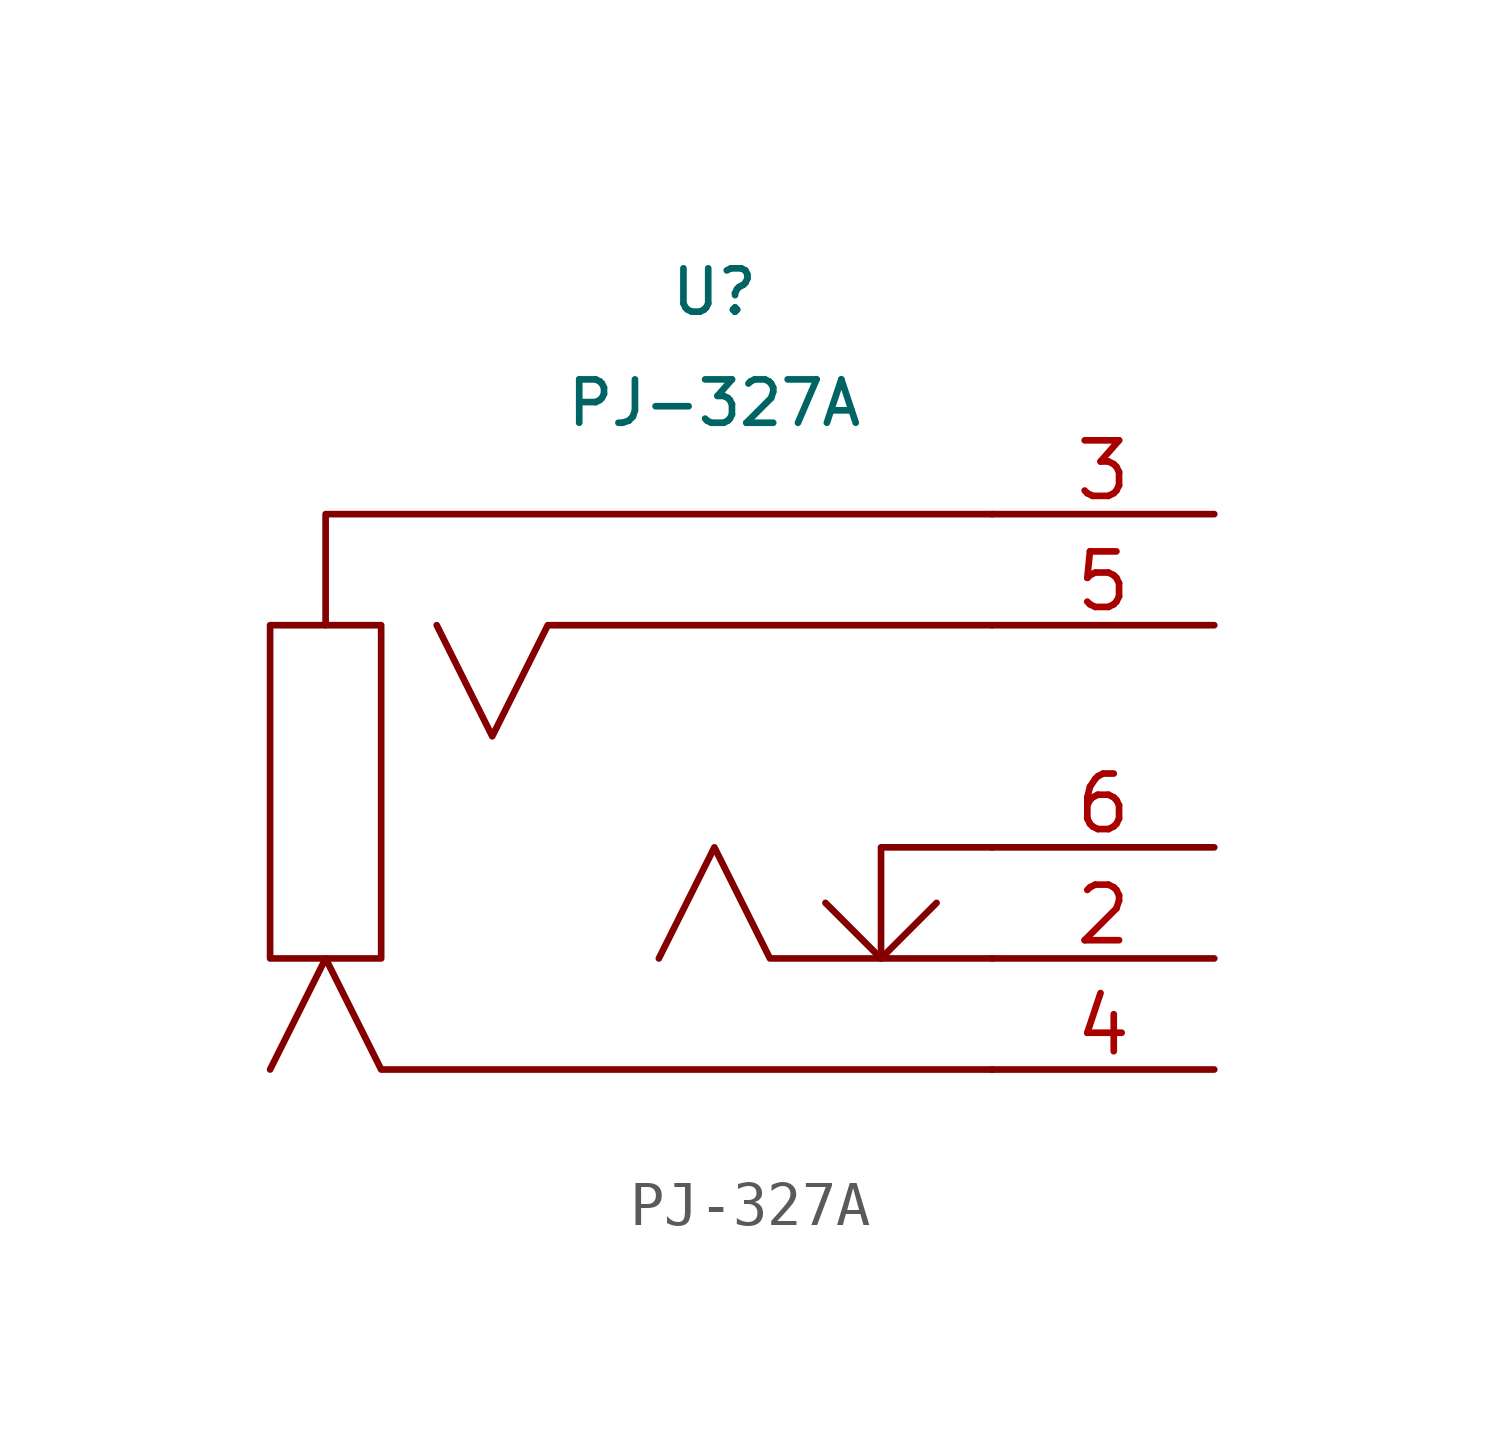
<source format=kicad_sym>
(kicad_symbol_lib
  (version 20211014)
  (generator kicad_symbol_editor)
  (symbol "PJ-327A"
    (pin_names
      (offset 1.016))
    (property "Reference" "U"
      (at -1.27 12.7 0)
      (effects (font (size 0.991 0.991))))
    (property "Value" "PJ-327A"
      (at -1.27 10.16 0)
      (effects (font (size 0.991 0.991))))
    (symbol "PJ-327A_0_1"
      (rectangle (start -8.89 5.08) (end -11.43 -2.54) (stroke (width 0) (type default) (color 0 0 0 0)) (fill (type none)))
      (polyline (pts (xy 3.81 -1.27) (xy 2.54 -2.54) (xy 1.27 -1.27)) (stroke (width 0) (type default) (color 0 0 0 0)) (fill (type none)))
      (polyline (pts (xy 5.08 0) (xy 2.54 0) (xy 2.54 -2.54)) (stroke (width 0) (type default) (color 0 0 0 0)) (fill (type none)))
      (polyline (pts (xy 5.08 7.62) (xy -10.16 7.62) (xy -10.16 5.08)) (stroke (width 0) (type default) (color 0 0 0 0)) (fill (type none)))
      (polyline (pts (xy 5.08 -5.08) (xy -8.89 -5.08) (xy -10.16 -2.54) (xy -11.43 -5.08)) (stroke (width 0) (type default) (color 0 0 0 0)) (fill (type none)))
      (polyline (pts (xy 5.08 -2.54) (xy 0 -2.54) (xy -1.27 0) (xy -2.54 -2.54)) (stroke (width 0) (type default) (color 0 0 0 0)) (fill (type none)))
      (polyline (pts (xy 5.08 5.08) (xy -5.08 5.08) (xy -6.35 2.54) (xy -7.62 5.08)) (stroke (width 0) (type default) (color 0 0 0 0)) (fill (type none))))
    (symbol "PJ-327A_1_1"
      (pin output line (at 10.16 -2.54 180) (length 5.08) (name "~" (effects (font (size 1.27 1.27)))) (number "2" (effects (font (size 1.27 1.27)))))
      (pin output line (at 10.16 7.62 180) (length 5.08) (name "~" (effects (font (size 1.27 1.27)))) (number "3" (effects (font (size 1.27 1.27)))))
      (pin output line (at 10.16 -5.08 180) (length 5.08) (name "~" (effects (font (size 1.27 1.27)))) (number "4" (effects (font (size 1.27 1.27)))))
      (pin output line (at 10.16 5.08 180) (length 5.08) (name "~" (effects (font (size 1.27 1.27)))) (number "5" (effects (font (size 1.27 1.27)))))
      (pin output line (at 10.16 0 180) (length 5.08) (name "~" (effects (font (size 1.27 1.27)))) (number "6" (effects (font (size 1.27 1.27))))))))
</source>
